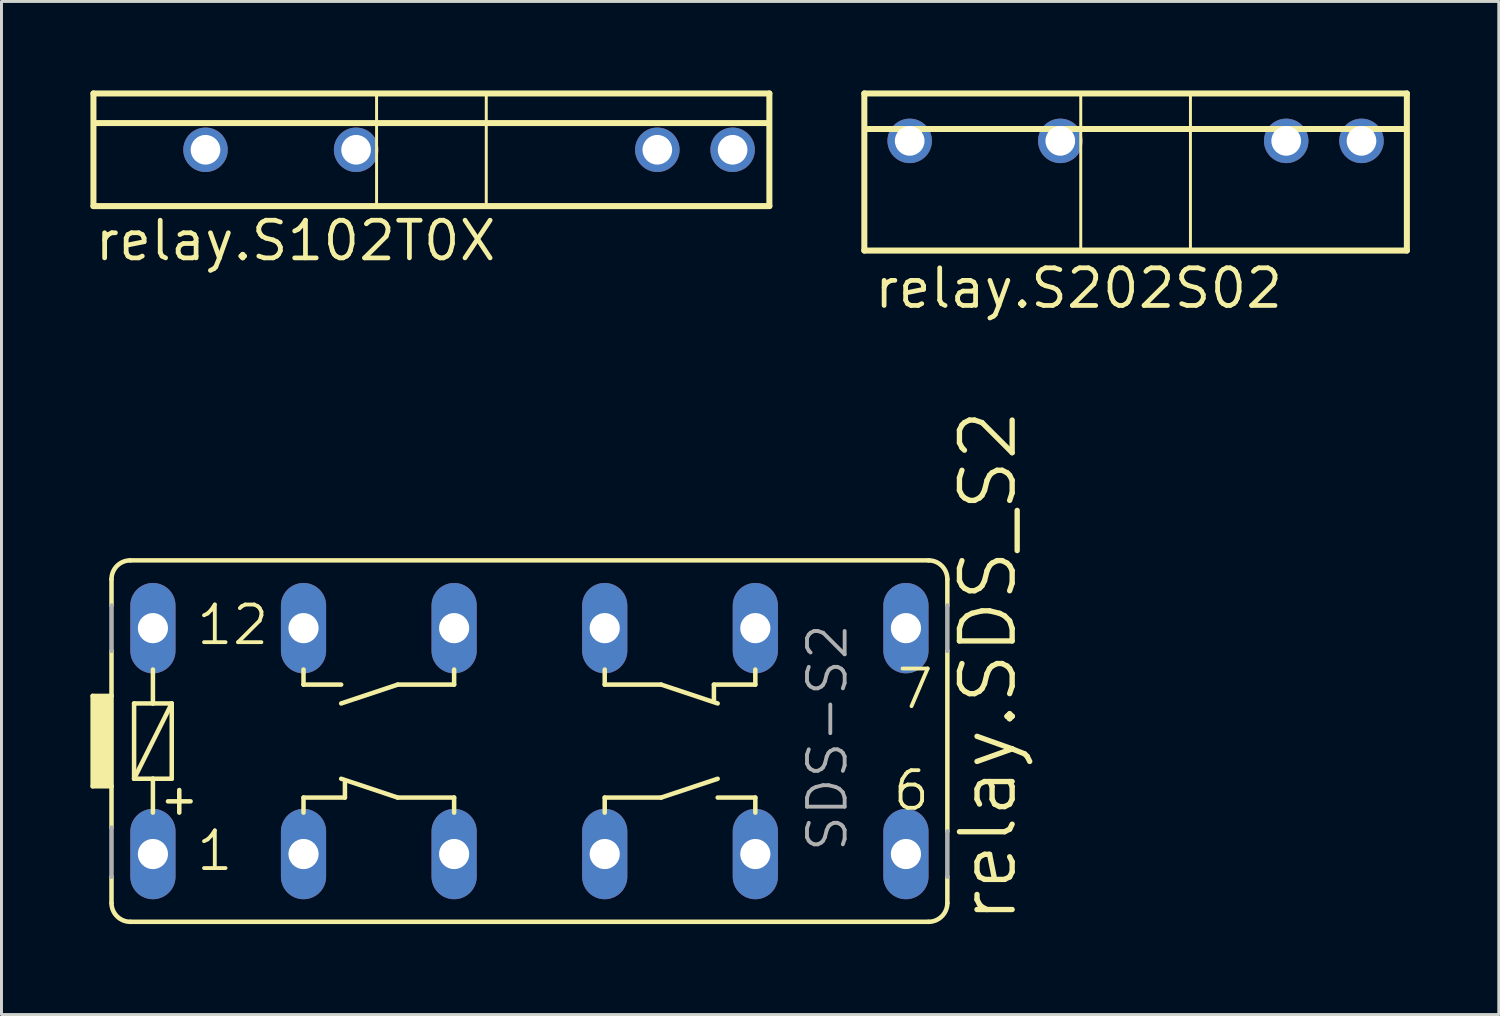
<source format=kicad_pcb>
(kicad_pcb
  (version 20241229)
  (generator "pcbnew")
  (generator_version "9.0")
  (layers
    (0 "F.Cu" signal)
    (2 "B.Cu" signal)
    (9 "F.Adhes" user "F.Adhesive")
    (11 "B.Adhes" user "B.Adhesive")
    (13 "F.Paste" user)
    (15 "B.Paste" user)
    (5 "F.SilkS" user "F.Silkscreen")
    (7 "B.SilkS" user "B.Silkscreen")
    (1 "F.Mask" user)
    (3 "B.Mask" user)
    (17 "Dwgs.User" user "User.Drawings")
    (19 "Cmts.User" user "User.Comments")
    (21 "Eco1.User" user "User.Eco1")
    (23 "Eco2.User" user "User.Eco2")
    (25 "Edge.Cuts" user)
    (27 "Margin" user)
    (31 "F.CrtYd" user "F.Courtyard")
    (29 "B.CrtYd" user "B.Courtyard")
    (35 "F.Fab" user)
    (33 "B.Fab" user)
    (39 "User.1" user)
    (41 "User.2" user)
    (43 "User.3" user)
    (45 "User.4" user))
  (footprint "relay.S102T0X"
    (layer "F.Cu")
    (at 11.502 2.002)
    (property "Reference" "relay.S102T0X" (at -11.43 3.81 0) (layer "F.SilkS") (effects (font (size 1.27 1.27) (thickness 0.16)) (justify left bottom)))
    (attr through_hole)
    (fp_line (start -11.4 -1.9) (end 11.4 -1.9) (stroke (width 0.203) (type default)) (layer "F.SilkS"))
    (fp_line (start -11.4 1.9) (end -11.4 -1.9) (stroke (width 0.203) (type default)) (layer "F.SilkS"))
    (fp_line (start -11.3 -0.9) (end 11.3 -0.9) (stroke (width 0.203) (type default)) (layer "F.SilkS"))
    (fp_line (start -1.85 -1.85) (end -1.85 1.85) (stroke (width 0.1) (type default)) (layer "F.SilkS"))
    (fp_line (start 1.85 -1.83) (end 1.85 1.85) (stroke (width 0.1) (type default)) (layer "F.SilkS"))
    (fp_line (start 11.4 -1.9) (end 11.4 1.9) (stroke (width 0.203) (type default)) (layer "F.SilkS"))
    (fp_line (start 11.4 1.9) (end -11.4 1.9) (stroke (width 0.203) (type default)) (layer "F.SilkS"))
    (pad "1" thru_hole circle (at -7.62 0) (size 1.5 1.5) (drill 1) (layers "*.Cu" "*.Mask"))
    (pad "2" thru_hole circle (at -2.54 0) (size 1.5 1.5) (drill 1) (layers "*.Cu" "*.Mask"))
    (pad "3" thru_hole circle (at 7.62 0) (size 1.5 1.5) (drill 1) (layers "*.Cu" "*.Mask"))
    (pad "4" thru_hole circle (at 10.16 0) (size 1.5 1.5) (drill 1) (layers "*.Cu" "*.Mask")))
  (footprint "relay.S202S02"
    (layer "F.Cu")
    (at 35.255 1.702)
    (property "Reference" "relay.S202S02" (at -8.89 5.715 0) (layer "F.SilkS") (effects (font (size 1.27 1.27) (thickness 0.16)) (justify left bottom)))
    (attr through_hole)
    (fp_line (start -9.15 -1.6) (end 9.15 -1.6) (stroke (width 0.203) (type default)) (layer "F.SilkS"))
    (fp_line (start -9.15 3.7) (end -9.15 -1.6) (stroke (width 0.203) (type default)) (layer "F.SilkS"))
    (fp_line (start -9.025 -0.4) (end 9.075 -0.4) (stroke (width 0.203) (type default)) (layer "F.SilkS"))
    (fp_line (start -1.85 -1.55) (end -1.85 3.65) (stroke (width 0.1) (type default)) (layer "F.SilkS"))
    (fp_line (start 1.85 -1.53) (end 1.85 3.65) (stroke (width 0.1) (type default)) (layer "F.SilkS"))
    (fp_line (start 9.15 -1.6) (end 9.15 3.7) (stroke (width 0.203) (type default)) (layer "F.SilkS"))
    (fp_line (start 9.15 3.7) (end -9.15 3.7) (stroke (width 0.203) (type default)) (layer "F.SilkS"))
    (pad "1" thru_hole circle (at -7.62 0) (size 1.5 1.5) (drill 1) (layers "*.Cu" "*.Mask"))
    (pad "2" thru_hole circle (at -2.54 0) (size 1.5 1.5) (drill 1) (layers "*.Cu" "*.Mask"))
    (pad "3" thru_hole circle (at 5.08 0) (size 1.5 1.5) (drill 1) (layers "*.Cu" "*.Mask"))
    (pad "4" thru_hole circle (at 7.62 0) (size 1.5 1.5) (drill 1) (layers "*.Cu" "*.Mask")))
  (footprint "relay.SDS_S2"
    (layer "F.Cu")
    (at 14.808 21.948)
    (property "Reference" "relay.SDS_S2" (at 16.51 6.223 90) (layer "F.SilkS") (effects (font (size 1.778 1.778) (thickness 0.18)) (justify left bottom)))
    (attr through_hole)
    (fp_line (start -14.732 -1.524) (end -14.097 -1.524) (stroke (width 0.152) (type default)) (layer "F.SilkS"))
    (fp_line (start -14.732 1.524) (end -14.732 -1.524) (stroke (width 0.152) (type default)) (layer "F.SilkS"))
    (fp_line (start -14.097 -5.461) (end -14.097 -4.572) (stroke (width 0.152) (type default)) (layer "F.SilkS"))
    (fp_line (start -14.097 -3.048) (end -14.097 -1.524) (stroke (width 0.152) (type default)) (layer "F.SilkS"))
    (fp_line (start -14.097 1.524) (end -14.732 1.524) (stroke (width 0.152) (type default)) (layer "F.SilkS"))
    (fp_line (start -14.097 1.524) (end -14.097 -1.524) (stroke (width 0.152) (type default)) (layer "F.SilkS"))
    (fp_line (start -14.097 2.921) (end -14.097 1.524) (stroke (width 0.152) (type default)) (layer "F.SilkS"))
    (fp_line (start -14.097 5.461) (end -14.097 4.572) (stroke (width 0.152) (type default)) (layer "F.SilkS"))
    (fp_line (start -13.462 -6.096) (end 13.462 -6.096) (stroke (width 0.152) (type default)) (layer "F.SilkS"))
    (fp_line (start -13.335 -1.27) (end -13.335 1.27) (stroke (width 0.152) (type default)) (layer "F.SilkS"))
    (fp_line (start -13.335 1.27) (end -12.7 1.27) (stroke (width 0.152) (type default)) (layer "F.SilkS"))
    (fp_line (start -13.335 1.27) (end -12.065 -1.27) (stroke (width 0.152) (type default)) (layer "F.SilkS"))
    (fp_line (start -12.7 -2.413) (end -12.7 -1.27) (stroke (width 0.152) (type default)) (layer "F.SilkS"))
    (fp_line (start -12.7 -1.27) (end -13.335 -1.27) (stroke (width 0.152) (type default)) (layer "F.SilkS"))
    (fp_line (start -12.7 1.27) (end -12.7 2.413) (stroke (width 0.152) (type default)) (layer "F.SilkS"))
    (fp_line (start -12.7 1.27) (end -12.065 1.27) (stroke (width 0.152) (type default)) (layer "F.SilkS"))
    (fp_line (start -12.192 2.032) (end -11.43 2.032) (stroke (width 0.152) (type default)) (layer "F.SilkS"))
    (fp_line (start -12.065 -1.27) (end -12.7 -1.27) (stroke (width 0.152) (type default)) (layer "F.SilkS"))
    (fp_line (start -12.065 1.27) (end -12.065 -1.27) (stroke (width 0.152) (type default)) (layer "F.SilkS"))
    (fp_line (start -11.811 2.413) (end -11.811 1.651) (stroke (width 0.152) (type default)) (layer "F.SilkS"))
    (fp_line (start -7.62 -1.905) (end -7.62 -2.413) (stroke (width 0.152) (type default)) (layer "F.SilkS"))
    (fp_line (start -7.62 1.905) (end -6.223 1.905) (stroke (width 0.152) (type default)) (layer "F.SilkS"))
    (fp_line (start -7.62 2.413) (end -7.62 1.905) (stroke (width 0.152) (type default)) (layer "F.SilkS"))
    (fp_line (start -6.35 -1.905) (end -7.62 -1.905) (stroke (width 0.152) (type default)) (layer "F.SilkS"))
    (fp_line (start -6.223 1.905) (end -6.223 1.397) (stroke (width 0.152) (type default)) (layer "F.SilkS"))
    (fp_line (start -4.445 -1.905) (end -6.35 -1.27) (stroke (width 0.152) (type default)) (layer "F.SilkS"))
    (fp_line (start -4.445 1.905) (end -6.35 1.27) (stroke (width 0.152) (type default)) (layer "F.SilkS"))
    (fp_line (start -2.54 -2.413) (end -2.54 -1.905) (stroke (width 0.152) (type default)) (layer "F.SilkS"))
    (fp_line (start -2.54 -1.905) (end -4.445 -1.905) (stroke (width 0.152) (type default)) (layer "F.SilkS"))
    (fp_line (start -2.54 1.905) (end -4.445 1.905) (stroke (width 0.152) (type default)) (layer "F.SilkS"))
    (fp_line (start -2.54 2.413) (end -2.54 1.905) (stroke (width 0.152) (type default)) (layer "F.SilkS"))
    (fp_line (start 2.54 -2.413) (end 2.54 -1.905) (stroke (width 0.152) (type default)) (layer "F.SilkS"))
    (fp_line (start 2.54 -1.905) (end 4.445 -1.905) (stroke (width 0.152) (type default)) (layer "F.SilkS"))
    (fp_line (start 2.54 1.905) (end 4.445 1.905) (stroke (width 0.152) (type default)) (layer "F.SilkS"))
    (fp_line (start 2.54 2.413) (end 2.54 1.905) (stroke (width 0.152) (type default)) (layer "F.SilkS"))
    (fp_line (start 4.445 -1.905) (end 6.35 -1.27) (stroke (width 0.152) (type default)) (layer "F.SilkS"))
    (fp_line (start 4.445 1.905) (end 6.35 1.27) (stroke (width 0.152) (type default)) (layer "F.SilkS"))
    (fp_line (start 6.223 -1.905) (end 6.223 -1.397) (stroke (width 0.152) (type default)) (layer "F.SilkS"))
    (fp_line (start 6.35 1.905) (end 7.62 1.905) (stroke (width 0.152) (type default)) (layer "F.SilkS"))
    (fp_line (start 7.62 -1.905) (end 6.223 -1.905) (stroke (width 0.152) (type default)) (layer "F.SilkS"))
    (fp_line (start 7.62 -1.905) (end 7.62 -2.413) (stroke (width 0.152) (type default)) (layer "F.SilkS"))
    (fp_line (start 7.62 1.905) (end 7.62 2.413) (stroke (width 0.152) (type default)) (layer "F.SilkS"))
    (fp_line (start 13.462 6.096) (end -13.462 6.096) (stroke (width 0.152) (type default)) (layer "F.SilkS"))
    (fp_line (start 14.097 -5.461) (end 14.097 -4.572) (stroke (width 0.152) (type default)) (layer "F.SilkS"))
    (fp_line (start 14.097 -3.048) (end 14.097 3.048) (stroke (width 0.152) (type default)) (layer "F.SilkS"))
    (fp_line (start 14.097 4.572) (end 14.097 5.461) (stroke (width 0.152) (type default)) (layer "F.SilkS"))
    (fp_rect (start -14.732 1.524) (end -14.097 -1.524) (stroke (width 0.05) (type default)) (fill yes) (layer "F.SilkS"))
    (fp_arc (start -14.097 -5.461) (mid -13.911013 -5.910013) (end -13.462 -6.096) (stroke (width 0.1524) (type default)) (layer "F.SilkS"))
    (fp_arc (start -13.462 6.096) (mid -13.911013 5.910013) (end -14.097 5.461) (stroke (width 0.1524) (type default)) (layer "F.SilkS"))
    (fp_arc (start 13.462 -6.096) (mid 13.911013 -5.910013) (end 14.097 -5.461) (stroke (width 0.1524) (type default)) (layer "F.SilkS"))
    (fp_arc (start 14.097 5.461) (mid 13.911013 5.910013) (end 13.462 6.096) (stroke (width 0.1524) (type default)) (layer "F.SilkS"))
    (fp_line (start -14.097 -4.572) (end -14.097 -3.048) (stroke (width 0.152) (type default)) (layer "F.Fab"))
    (fp_line (start -14.097 4.572) (end -14.097 2.921) (stroke (width 0.152) (type default)) (layer "F.Fab"))
    (fp_line (start 14.097 -4.572) (end 14.097 -3.048) (stroke (width 0.152) (type default)) (layer "F.Fab"))
    (fp_line (start 14.097 3.048) (end 14.097 4.572) (stroke (width 0.152) (type default)) (layer "F.Fab"))
    (fp_text user "7" (at 12.319 -1.016 0) (layer "F.SilkS") (effects (font (size 1.27 1.27) (thickness 0.13)) (justify left bottom)))
    (fp_text user "6" (at 12.192 2.413 0) (layer "F.SilkS") (effects (font (size 1.27 1.27) (thickness 0.13)) (justify left bottom)))
    (fp_text user "12" (at -11.303 -3.175 0) (layer "F.SilkS") (effects (font (size 1.27 1.27) (thickness 0.13)) (justify left bottom)))
    (fp_text user "1" (at -11.303 4.445 0) (layer "F.SilkS") (effects (font (size 1.27 1.27) (thickness 0.13)) (justify left bottom)))
    (fp_text user "SDS-S2" (at 10.795 3.81 90) (layer "F.Fab") (effects (font (size 1.27 1.27) (thickness 0.13)) (justify left bottom)))
    (pad "1" thru_hole oval (at -12.7 3.81 90) (size 3.048 1.524) (drill 1.016) (layers "*.Cu" "*.Mask"))
    (pad "6" thru_hole oval (at 12.7 3.81 90) (size 3.048 1.524) (drill 1.016) (layers "*.Cu" "*.Mask"))
    (pad "7" thru_hole oval (at 12.7 -3.81 90) (size 3.048 1.524) (drill 1.016) (layers "*.Cu" "*.Mask"))
    (pad "12" thru_hole oval (at -12.7 -3.81 90) (size 3.048 1.524) (drill 1.016) (layers "*.Cu" "*.Mask"))
    (pad "O1" thru_hole oval (at -7.62 3.81 90) (size 3.048 1.524) (drill 1.016) (layers "*.Cu" "*.Mask"))
    (pad "O3" thru_hole oval (at 7.62 -3.81 90) (size 3.048 1.524) (drill 1.016) (layers "*.Cu" "*.Mask"))
    (pad "P1" thru_hole oval (at -2.54 3.81 90) (size 3.048 1.524) (drill 1.016) (layers "*.Cu" "*.Mask"))
    (pad "P2" thru_hole oval (at 2.54 3.81 90) (size 3.048 1.524) (drill 1.016) (layers "*.Cu" "*.Mask"))
    (pad "P3" thru_hole oval (at 2.54 -3.81 90) (size 3.048 1.524) (drill 1.016) (layers "*.Cu" "*.Mask"))
    (pad "P4" thru_hole oval (at -2.54 -3.81 90) (size 3.048 1.524) (drill 1.016) (layers "*.Cu" "*.Mask"))
    (pad "S2" thru_hole oval (at 7.62 3.81 90) (size 3.048 1.524) (drill 1.016) (layers "*.Cu" "*.Mask"))
    (pad "S4" thru_hole oval (at -7.62 -3.81 90) (size 3.048 1.524) (drill 1.016) (layers "*.Cu" "*.Mask")))
  (gr_rect
    (start -3 -3)
    (end 47.506 31.171)
    (stroke (width 0.1) (type default))
    (fill no)
    (layer "Edge.Cuts")))
</source>
